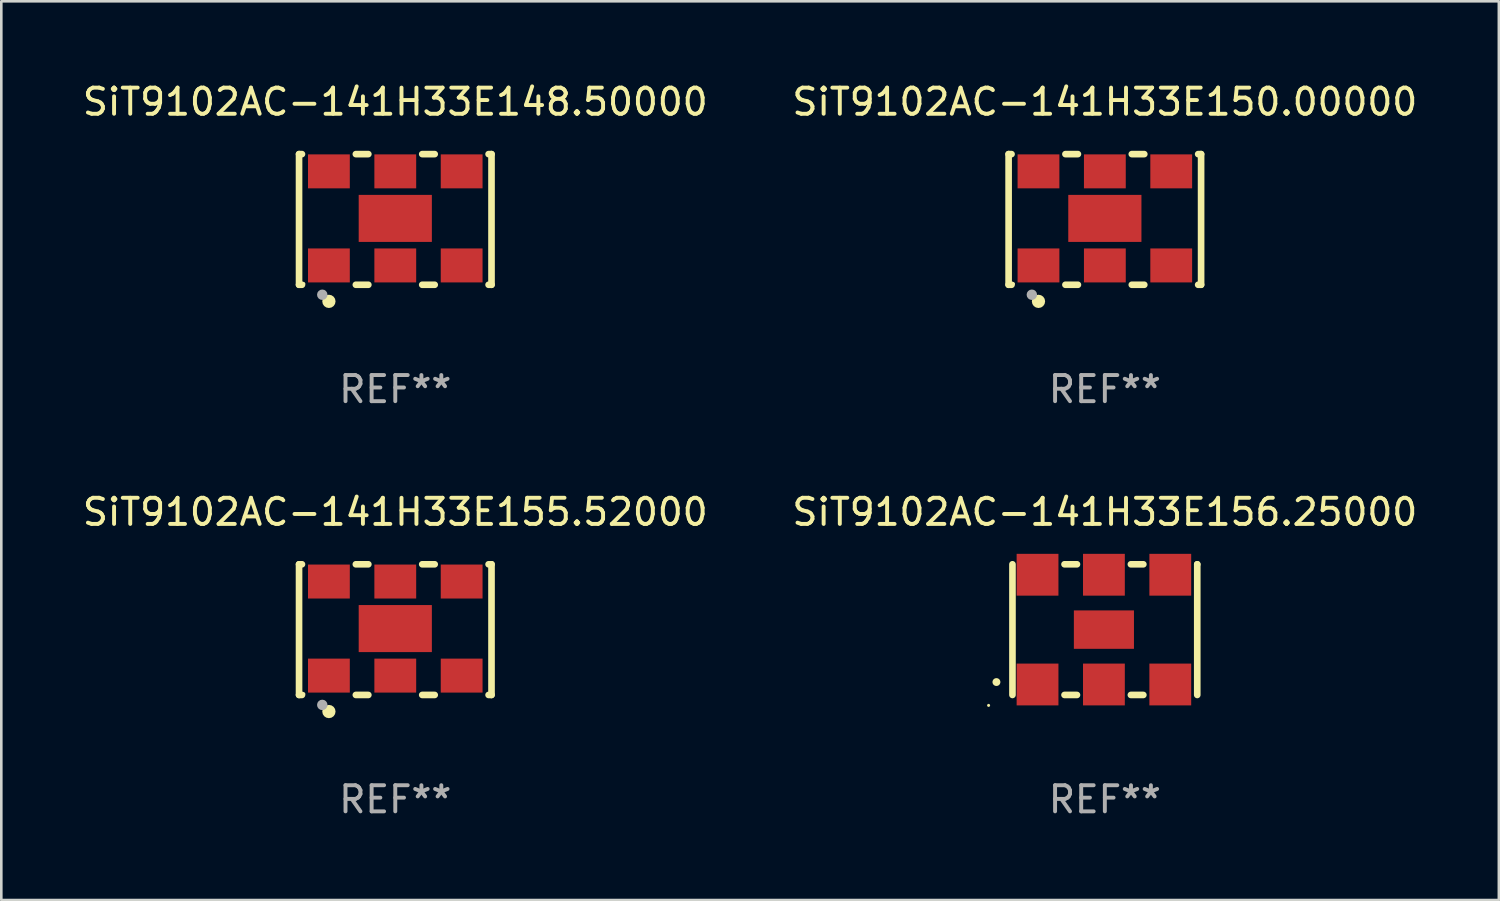
<source format=kicad_pcb>
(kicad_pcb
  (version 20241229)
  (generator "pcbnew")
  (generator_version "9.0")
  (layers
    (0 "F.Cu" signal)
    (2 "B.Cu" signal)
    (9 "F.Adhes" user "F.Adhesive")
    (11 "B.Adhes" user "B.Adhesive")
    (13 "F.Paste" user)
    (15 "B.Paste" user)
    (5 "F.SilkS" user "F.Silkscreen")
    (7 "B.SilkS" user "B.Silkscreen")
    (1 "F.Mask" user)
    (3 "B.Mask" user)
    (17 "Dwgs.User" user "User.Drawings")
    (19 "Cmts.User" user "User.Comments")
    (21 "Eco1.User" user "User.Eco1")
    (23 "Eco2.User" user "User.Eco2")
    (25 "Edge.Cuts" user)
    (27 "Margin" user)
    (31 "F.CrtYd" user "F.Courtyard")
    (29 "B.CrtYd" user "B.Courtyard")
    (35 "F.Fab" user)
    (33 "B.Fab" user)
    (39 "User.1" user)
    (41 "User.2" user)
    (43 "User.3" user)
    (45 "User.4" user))
  (footprint "SiT9102AC-141H33E155.52000"
    (layer "F.Cu")
    (at 12.077 21.045)
    (property "Reference" "SiT9102AC-141H33E155.52000" (at 0 -4.5 0) (layer "F.SilkS") (effects (font (size 1 1) (thickness 0.15))))
    (attr through_hole)
    (fp_line (start -3.683 -2.5) (end -3.571 -2.5) (stroke (width 0.254) (type solid)) (layer "F.SilkS"))
    (fp_line (start -3.683 2.5) (end -3.683 -2.5) (stroke (width 0.254) (type solid)) (layer "F.SilkS"))
    (fp_line (start -3.683 2.5) (end -3.571 2.5) (stroke (width 0.254) (type solid)) (layer "F.SilkS"))
    (fp_line (start -1.509 -2.5) (end -1.031 -2.5) (stroke (width 0.254) (type solid)) (layer "F.SilkS"))
    (fp_line (start -1.509 2.5) (end -1.031 2.5) (stroke (width 0.254) (type solid)) (layer "F.SilkS"))
    (fp_line (start 1.031 -2.5) (end 1.509 -2.5) (stroke (width 0.254) (type solid)) (layer "F.SilkS"))
    (fp_line (start 1.031 2.5) (end 1.509 2.5) (stroke (width 0.254) (type solid)) (layer "F.SilkS"))
    (fp_line (start 3.571 -2.5) (end 3.683 -2.5) (stroke (width 0.254) (type solid)) (layer "F.SilkS"))
    (fp_line (start 3.571 2.5) (end 3.683 2.5) (stroke (width 0.254) (type solid)) (layer "F.SilkS"))
    (fp_line (start 3.683 2.5) (end 3.683 -2.5) (stroke (width 0.254) (type solid)) (layer "F.SilkS"))
    (fp_circle (center -3.5 2.46) (end -3.47 2.46) (stroke (width 0.06) (type solid)) (fill no) (layer "F.SilkS"))
    (fp_circle (center -2.54 3.135) (end -2.413 3.135) (stroke (width 0.254) (type solid)) (fill no) (layer "F.SilkS"))
    (fp_circle (center -2.794 2.881) (end -2.694 2.881) (stroke (width 0.2) (type solid)) (fill no) (layer "F.Fab"))
    (fp_text user "REF**" (at 0 6.5 0) (layer "F.Fab") (effects (font (size 1 1) (thickness 0.15))))
    (pad "1" smd rect (at -2.54 1.76) (size 1.6 1.3) (layers "F.Cu" "F.Mask" "F.Paste"))
    (pad "2" smd rect (at 0 1.76) (size 1.6 1.3) (layers "F.Cu" "F.Mask" "F.Paste"))
    (pad "3" smd rect (at 2.54 1.76) (size 1.6 1.3) (layers "F.Cu" "F.Mask" "F.Paste"))
    (pad "4" smd rect (at 2.54 -1.84) (size 1.6 1.3) (layers "F.Cu" "F.Mask" "F.Paste"))
    (pad "5" smd rect (at 0 -1.84) (size 1.6 1.3) (layers "F.Cu" "F.Mask" "F.Paste"))
    (pad "6" smd rect (at -2.54 -1.84) (size 1.6 1.3) (layers "F.Cu" "F.Mask" "F.Paste"))
    (pad "7" smd rect (at 0 -0.04) (size 2.8 1.8) (layers "F.Cu" "F.Mask" "F.Paste")))
  (footprint "SiT9102AC-141H33E148.50000"
    (layer "F.Cu")
    (at 12.077 5.348)
    (property "Reference" "SiT9102AC-141H33E148.50000" (at 0 -4.5 0) (layer "F.SilkS") (effects (font (size 1 1) (thickness 0.15))))
    (attr through_hole)
    (fp_line (start -3.683 -2.5) (end -3.571 -2.5) (stroke (width 0.254) (type solid)) (layer "F.SilkS"))
    (fp_line (start -3.683 2.5) (end -3.683 -2.5) (stroke (width 0.254) (type solid)) (layer "F.SilkS"))
    (fp_line (start -3.683 2.5) (end -3.571 2.5) (stroke (width 0.254) (type solid)) (layer "F.SilkS"))
    (fp_line (start -1.509 -2.5) (end -1.031 -2.5) (stroke (width 0.254) (type solid)) (layer "F.SilkS"))
    (fp_line (start -1.509 2.5) (end -1.031 2.5) (stroke (width 0.254) (type solid)) (layer "F.SilkS"))
    (fp_line (start 1.031 -2.5) (end 1.509 -2.5) (stroke (width 0.254) (type solid)) (layer "F.SilkS"))
    (fp_line (start 1.031 2.5) (end 1.509 2.5) (stroke (width 0.254) (type solid)) (layer "F.SilkS"))
    (fp_line (start 3.571 -2.5) (end 3.683 -2.5) (stroke (width 0.254) (type solid)) (layer "F.SilkS"))
    (fp_line (start 3.571 2.5) (end 3.683 2.5) (stroke (width 0.254) (type solid)) (layer "F.SilkS"))
    (fp_line (start 3.683 2.5) (end 3.683 -2.5) (stroke (width 0.254) (type solid)) (layer "F.SilkS"))
    (fp_circle (center -3.5 2.46) (end -3.47 2.46) (stroke (width 0.06) (type solid)) (fill no) (layer "F.SilkS"))
    (fp_circle (center -2.54 3.135) (end -2.413 3.135) (stroke (width 0.254) (type solid)) (fill no) (layer "F.SilkS"))
    (fp_circle (center -2.794 2.881) (end -2.694 2.881) (stroke (width 0.2) (type solid)) (fill no) (layer "F.Fab"))
    (fp_text user "REF**" (at 0 6.5 0) (layer "F.Fab") (effects (font (size 1 1) (thickness 0.15))))
    (pad "1" smd rect (at -2.54 1.76) (size 1.6 1.3) (layers "F.Cu" "F.Mask" "F.Paste"))
    (pad "2" smd rect (at 0 1.76) (size 1.6 1.3) (layers "F.Cu" "F.Mask" "F.Paste"))
    (pad "3" smd rect (at 2.54 1.76) (size 1.6 1.3) (layers "F.Cu" "F.Mask" "F.Paste"))
    (pad "4" smd rect (at 2.54 -1.84) (size 1.6 1.3) (layers "F.Cu" "F.Mask" "F.Paste"))
    (pad "5" smd rect (at 0 -1.84) (size 1.6 1.3) (layers "F.Cu" "F.Mask" "F.Paste"))
    (pad "6" smd rect (at -2.54 -1.84) (size 1.6 1.3) (layers "F.Cu" "F.Mask" "F.Paste"))
    (pad "7" smd rect (at 0 -0.04) (size 2.8 1.8) (layers "F.Cu" "F.Mask" "F.Paste")))
  (footprint "SiT9102AC-141H33E156.25000"
    (layer "F.Cu")
    (at 39.232 21.045)
    (property "Reference" "SiT9102AC-141H33E156.25000" (at 0 -4.5 0) (layer "F.SilkS") (effects (font (size 1 1) (thickness 0.15))))
    (attr through_hole)
    (fp_line (start -3.536 -2.5) (end -3.536 2.5) (stroke (width 0.254) (type solid)) (layer "F.SilkS"))
    (fp_line (start -1.544 2.5) (end -1.067 2.5) (stroke (width 0.254) (type solid)) (layer "F.SilkS"))
    (fp_line (start -1.067 -2.5) (end -1.544 -2.5) (stroke (width 0.254) (type solid)) (layer "F.SilkS"))
    (fp_line (start 0.996 2.5) (end 1.473 2.5) (stroke (width 0.254) (type solid)) (layer "F.SilkS"))
    (fp_line (start 1.473 -2.5) (end 0.996 -2.5) (stroke (width 0.254) (type solid)) (layer "F.SilkS"))
    (fp_line (start 3.536 -2.5) (end 3.536 -2.5) (stroke (width 0.254) (type solid)) (layer "F.SilkS"))
    (fp_line (start 3.536 2.5) (end 3.536 -2.5) (stroke (width 0.254) (type solid)) (layer "F.SilkS"))
    (fp_arc (start -4.150432 2.006604) (mid -4.149162 2.006599) (end -4.147892 2.006604) (stroke (width 0.3) (type solid)) (layer "F.SilkS"))
    (fp_circle (center -4.449 2.9) (end -4.419 2.9) (stroke (width 0.06) (type solid)) (fill no) (layer "F.SilkS"))
    (fp_text user "REF**" (at 0 6.5 0) (layer "F.Fab") (effects (font (size 1 1) (thickness 0.15))))
    (pad "1" smd rect (at -2.576 2.1) (size 1.6 1.6) (layers "F.Cu" "F.Mask" "F.Paste"))
    (pad "2" smd rect (at -0.036 2.1) (size 1.6 1.6) (layers "F.Cu" "F.Mask" "F.Paste"))
    (pad "3" smd rect (at 2.504 2.1) (size 1.6 1.6) (layers "F.Cu" "F.Mask" "F.Paste"))
    (pad "4" smd rect (at 2.504 -2.1) (size 1.6 1.6) (layers "F.Cu" "F.Mask" "F.Paste"))
    (pad "5" smd rect (at -0.036 -2.1) (size 1.6 1.6) (layers "F.Cu" "F.Mask" "F.Paste"))
    (pad "6" smd rect (at -2.576 -2.1) (size 1.6 1.6) (layers "F.Cu" "F.Mask" "F.Paste"))
    (pad "7" smd rect (at -0.036 0) (size 2.3 1.47) (layers "F.Cu" "F.Mask" "F.Paste")))
  (footprint "SiT9102AC-141H33E150.00000"
    (layer "F.Cu")
    (at 39.232 5.348)
    (property "Reference" "SiT9102AC-141H33E150.00000" (at 0 -4.5 0) (layer "F.SilkS") (effects (font (size 1 1) (thickness 0.15))))
    (attr through_hole)
    (fp_line (start -3.683 -2.5) (end -3.571 -2.5) (stroke (width 0.254) (type solid)) (layer "F.SilkS"))
    (fp_line (start -3.683 2.5) (end -3.683 -2.5) (stroke (width 0.254) (type solid)) (layer "F.SilkS"))
    (fp_line (start -3.683 2.5) (end -3.571 2.5) (stroke (width 0.254) (type solid)) (layer "F.SilkS"))
    (fp_line (start -1.509 -2.5) (end -1.031 -2.5) (stroke (width 0.254) (type solid)) (layer "F.SilkS"))
    (fp_line (start -1.509 2.5) (end -1.031 2.5) (stroke (width 0.254) (type solid)) (layer "F.SilkS"))
    (fp_line (start 1.031 -2.5) (end 1.509 -2.5) (stroke (width 0.254) (type solid)) (layer "F.SilkS"))
    (fp_line (start 1.031 2.5) (end 1.509 2.5) (stroke (width 0.254) (type solid)) (layer "F.SilkS"))
    (fp_line (start 3.571 -2.5) (end 3.683 -2.5) (stroke (width 0.254) (type solid)) (layer "F.SilkS"))
    (fp_line (start 3.571 2.5) (end 3.683 2.5) (stroke (width 0.254) (type solid)) (layer "F.SilkS"))
    (fp_line (start 3.683 2.5) (end 3.683 -2.5) (stroke (width 0.254) (type solid)) (layer "F.SilkS"))
    (fp_circle (center -3.5 2.46) (end -3.47 2.46) (stroke (width 0.06) (type solid)) (fill no) (layer "F.SilkS"))
    (fp_circle (center -2.54 3.135) (end -2.413 3.135) (stroke (width 0.254) (type solid)) (fill no) (layer "F.SilkS"))
    (fp_circle (center -2.794 2.881) (end -2.694 2.881) (stroke (width 0.2) (type solid)) (fill no) (layer "F.Fab"))
    (fp_text user "REF**" (at 0 6.5 0) (layer "F.Fab") (effects (font (size 1 1) (thickness 0.15))))
    (pad "1" smd rect (at -2.54 1.76) (size 1.6 1.3) (layers "F.Cu" "F.Mask" "F.Paste"))
    (pad "2" smd rect (at 0 1.76) (size 1.6 1.3) (layers "F.Cu" "F.Mask" "F.Paste"))
    (pad "3" smd rect (at 2.54 1.76) (size 1.6 1.3) (layers "F.Cu" "F.Mask" "F.Paste"))
    (pad "4" smd rect (at 2.54 -1.84) (size 1.6 1.3) (layers "F.Cu" "F.Mask" "F.Paste"))
    (pad "5" smd rect (at 0 -1.84) (size 1.6 1.3) (layers "F.Cu" "F.Mask" "F.Paste"))
    (pad "6" smd rect (at -2.54 -1.84) (size 1.6 1.3) (layers "F.Cu" "F.Mask" "F.Paste"))
    (pad "7" smd rect (at 0 -0.04) (size 2.8 1.8) (layers "F.Cu" "F.Mask" "F.Paste")))
  (gr_rect
    (start -3 -3)
    (end 54.31 31.393)
    (stroke (width 0.1) (type default))
    (fill no)
    (layer "Edge.Cuts")))
</source>
